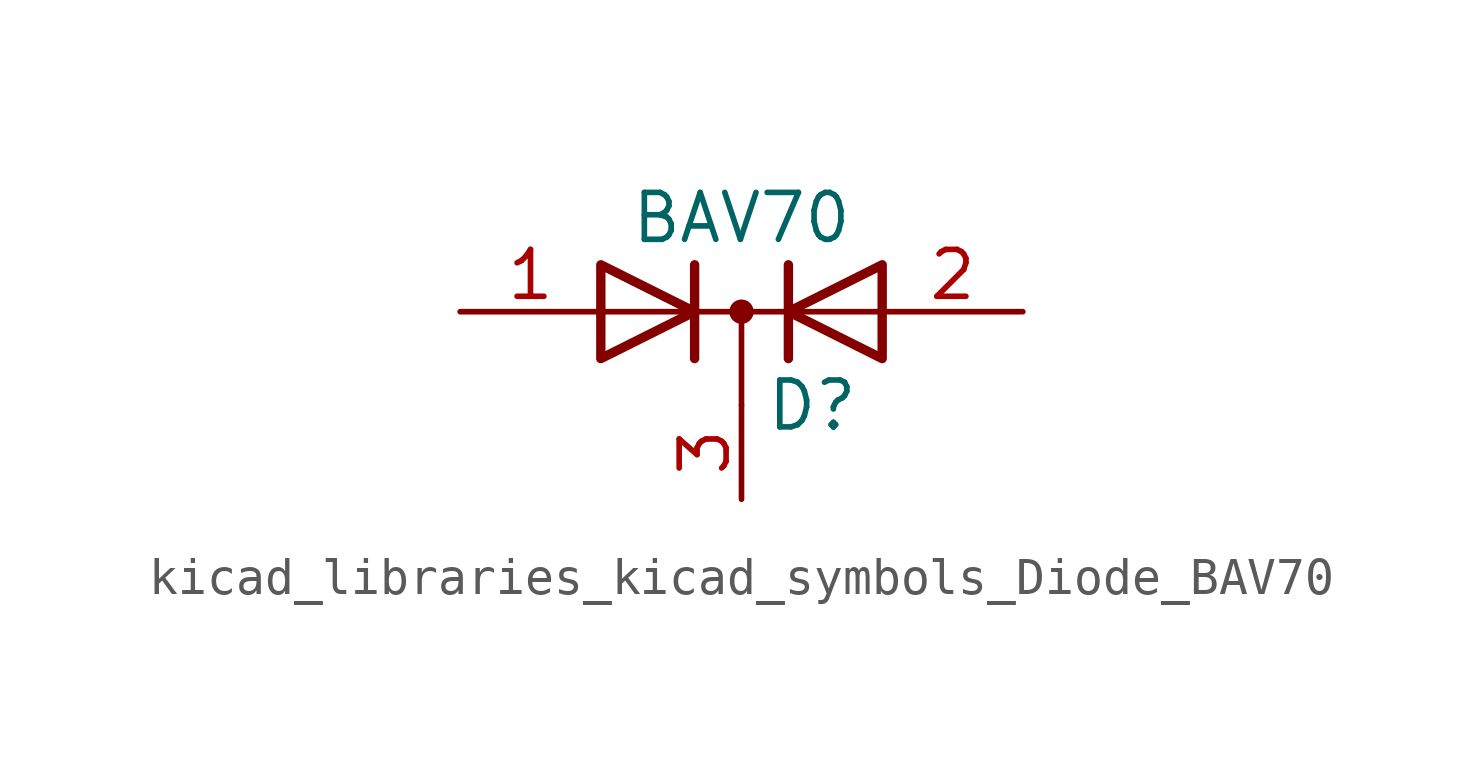
<source format=kicad_sym>
(kicad_symbol_lib
  (version 20220914)
  (generator kicad_symbol_editor)
  (symbol "kicad_libraries_kicad_symbols_Diode_BAV70"
    (pin_names hide)
    (property "Reference" "D"
      (at 0.635 -2.54 0)
      (effects (font (size 1.27 1.27)) (justify left)))
    (property "Value" "BAV70"
      (at 0 2.54 0)
      (effects (font (size 1.27 1.27))))
    (symbol "kicad_libraries_kicad_symbols_Diode_BAV70_0_1"
      (polyline (pts (xy -3.81 0) (xy 3.81 0)) (stroke (width 0) (type default)) (fill (type none)))
      (polyline (pts (xy 0 0) (xy 0 -2.54)) (stroke (width 0) (type default)) (fill (type none)))
      (polyline (pts (xy -1.27 -1.27) (xy -1.27 1.27) (xy -1.27 1.27)) (stroke (width 0.254) (type default)) (fill (type none)))
      (polyline (pts (xy 1.27 -1.27) (xy 1.27 1.27) (xy 1.27 1.27)) (stroke (width 0.254) (type default)) (fill (type none)))
      (polyline (pts (xy -3.81 1.27) (xy -1.27 0) (xy -3.81 -1.27) (xy -3.81 1.27) (xy -3.81 1.27) (xy -3.81 1.27)) (stroke (width 0.254) (type default)) (fill (type none)))
      (polyline (pts (xy 3.81 -1.27) (xy 1.27 0) (xy 3.81 1.27) (xy 3.81 -1.27) (xy 3.81 -1.27) (xy 3.81 -1.27)) (stroke (width 0.254) (type default)) (fill (type none)))
      (circle (center 0 0) (radius 0.254) (stroke (width 0) (type default)) (fill (type outline)))
      (pin passive line (at -7.62 0 0) (length 3.81) (name "A" (effects (font (size 1.27 1.27)))) (number "1" (effects (font (size 1.27 1.27)))))
      (pin passive line (at 7.62 0 180) (length 3.81) (name "A" (effects (font (size 1.27 1.27)))) (number "2" (effects (font (size 1.27 1.27)))))
      (pin passive line (at 0 -5.08 90) (length 2.54) (name "K" (effects (font (size 1.27 1.27)))) (number "3" (effects (font (size 1.27 1.27))))))))
</source>
